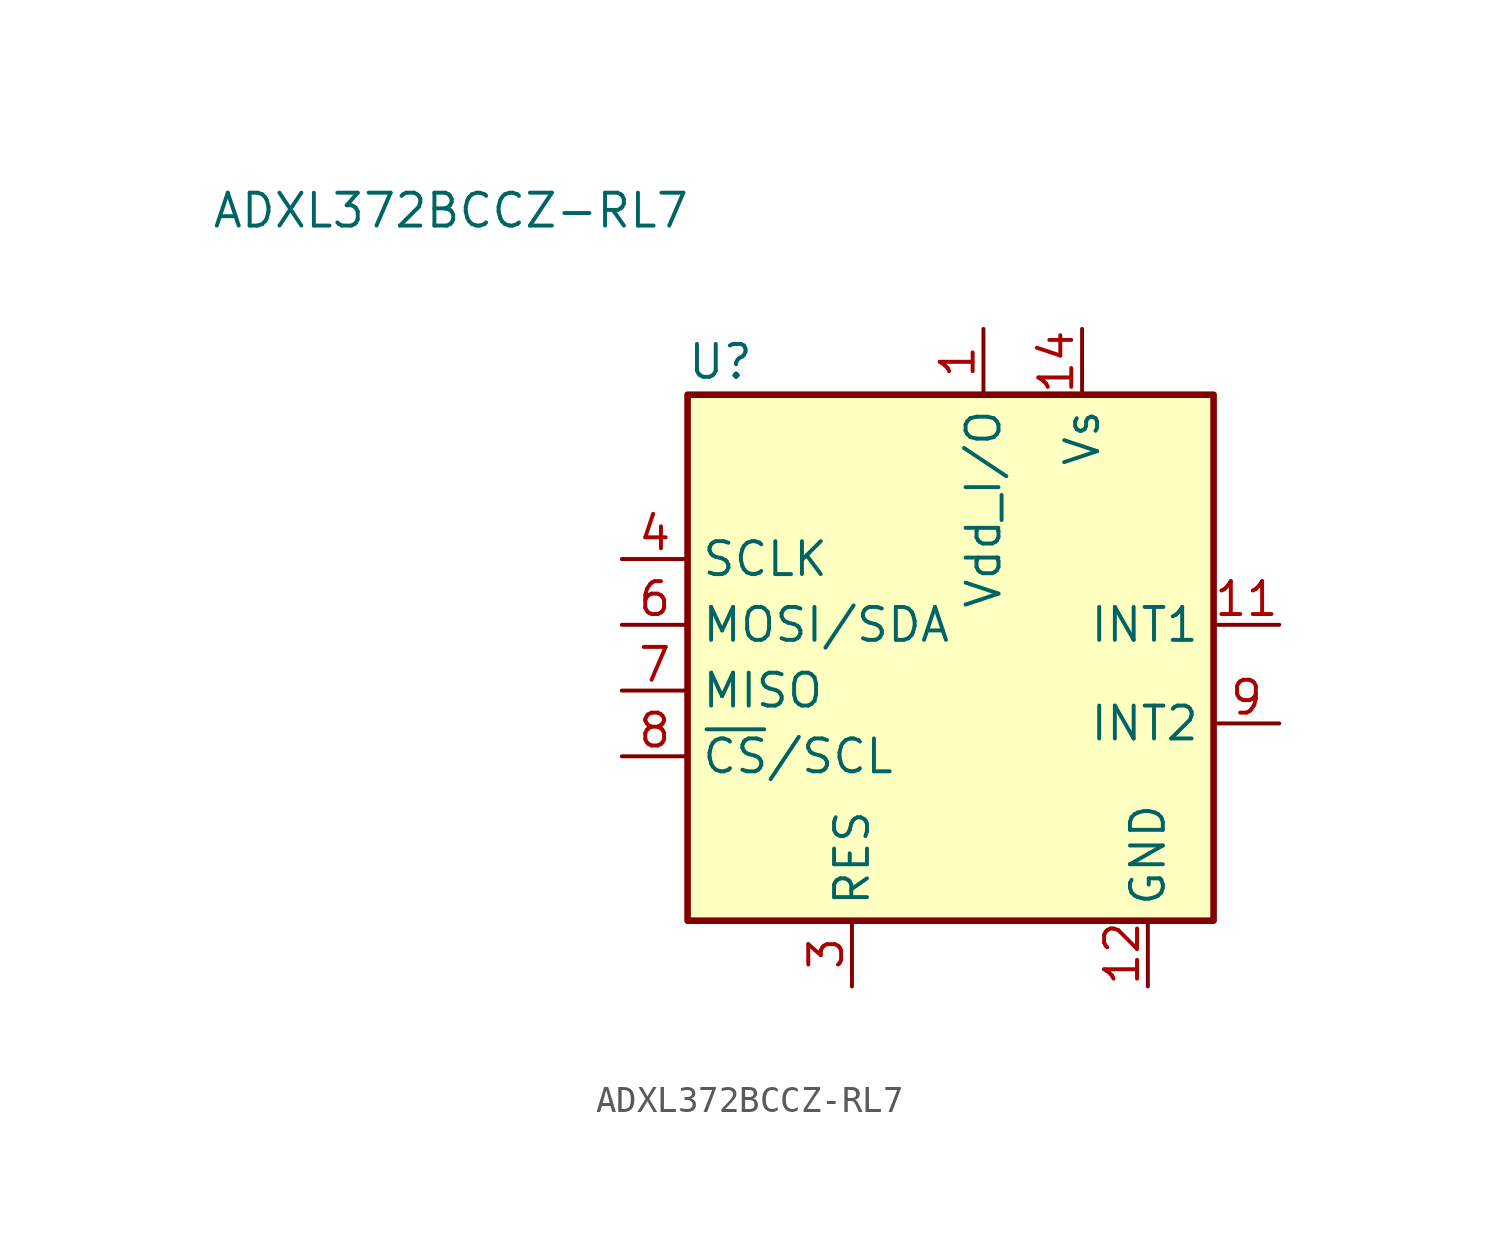
<source format=kicad_sym>
(kicad_symbol_lib
  (version 20231120)
  (generator "kicad_symbol_editor")
  (generator_version "8.0")
  (symbol "ADXL372BCCZ-RL7"
    (property "Reference" "U"
      (at -8.89 11.43 0)
      (effects (font (size 1.27 1.27))))
    (property "Value" "ADXL372BCCZ-RL7"
      (at -19.304 17.272 0)
      (effects (font (size 1.27 1.27))))
    (symbol "ADXL372BCCZ-RL7_0_1"
      (rectangle (start -10.16 10.16) (end 10.16 -10.16) (stroke (width 0.254) (type default)) (fill (type background))))
    (symbol "ADXL372BCCZ-RL7_1_1"
      (pin power_in line (at 1.27 12.7 270) (length 2.54) (name "Vdd_I/O" (effects (font (size 1.27 1.27)))) (number "1" (effects (font (size 1.27 1.27)))))
      (pin passive line (at -3.81 -12.7 90) (length 2.54) hide (name "RES" (effects (font (size 1.27 1.27)))) (number "10" (effects (font (size 1.27 1.27)))))
      (pin output line (at 12.7 1.27 180) (length 2.54) (name "INT1" (effects (font (size 1.27 1.27)))) (number "11" (effects (font (size 1.27 1.27)))))
      (pin passive line (at 7.62 -12.7 90) (length 2.54) (name "GND" (effects (font (size 1.27 1.27)))) (number "12" (effects (font (size 1.27 1.27)))))
      (pin passive line (at 7.62 -12.7 90) (length 2.54) hide (name "GND" (effects (font (size 1.27 1.27)))) (number "13" (effects (font (size 1.27 1.27)))))
      (pin power_in line (at 5.08 12.7 270) (length 2.54) (name "Vs" (effects (font (size 1.27 1.27)))) (number "14" (effects (font (size 1.27 1.27)))))
      (pin no_connect line (at 0 -11.43 90) (length 2.54) hide (name "NIC" (effects (font (size 1.27 1.27)))) (number "15" (effects (font (size 1.27 1.27)))))
      (pin passive line (at 7.62 -12.7 90) (length 2.54) hide (name "GND" (effects (font (size 1.27 1.27)))) (number "16" (effects (font (size 1.27 1.27)))))
      (pin no_connect line (at 0 -11.43 90) (length 2.54) hide (name "NIC" (effects (font (size 1.27 1.27)))) (number "2" (effects (font (size 1.27 1.27)))))
      (pin passive line (at -3.81 -12.7 90) (length 2.54) (name "RES" (effects (font (size 1.27 1.27)))) (number "3" (effects (font (size 1.27 1.27)))))
      (pin input line (at -12.7 3.81 0) (length 2.54) (name "SCLK" (effects (font (size 1.27 1.27)))) (number "4" (effects (font (size 1.27 1.27)))))
      (pin passive line (at -3.81 -12.7 90) (length 2.54) hide (name "RES" (effects (font (size 1.27 1.27)))) (number "5" (effects (font (size 1.27 1.27)))))
      (pin input line (at -12.7 1.27 0) (length 2.54) (name "MOSI/SDA" (effects (font (size 1.27 1.27)))) (number "6" (effects (font (size 1.27 1.27)))))
      (pin output line (at -12.7 -1.27 0) (length 2.54) (name "MISO" (effects (font (size 1.27 1.27)))) (number "7" (effects (font (size 1.27 1.27)))))
      (pin input line (at -12.7 -3.81 0) (length 2.54) (name "~{CS}/SCL" (effects (font (size 1.27 1.27)))) (number "8" (effects (font (size 1.27 1.27)))))
      (pin output line (at 12.7 -2.54 180) (length 2.54) (name "INT2" (effects (font (size 1.27 1.27)))) (number "9" (effects (font (size 1.27 1.27))))))))
</source>
